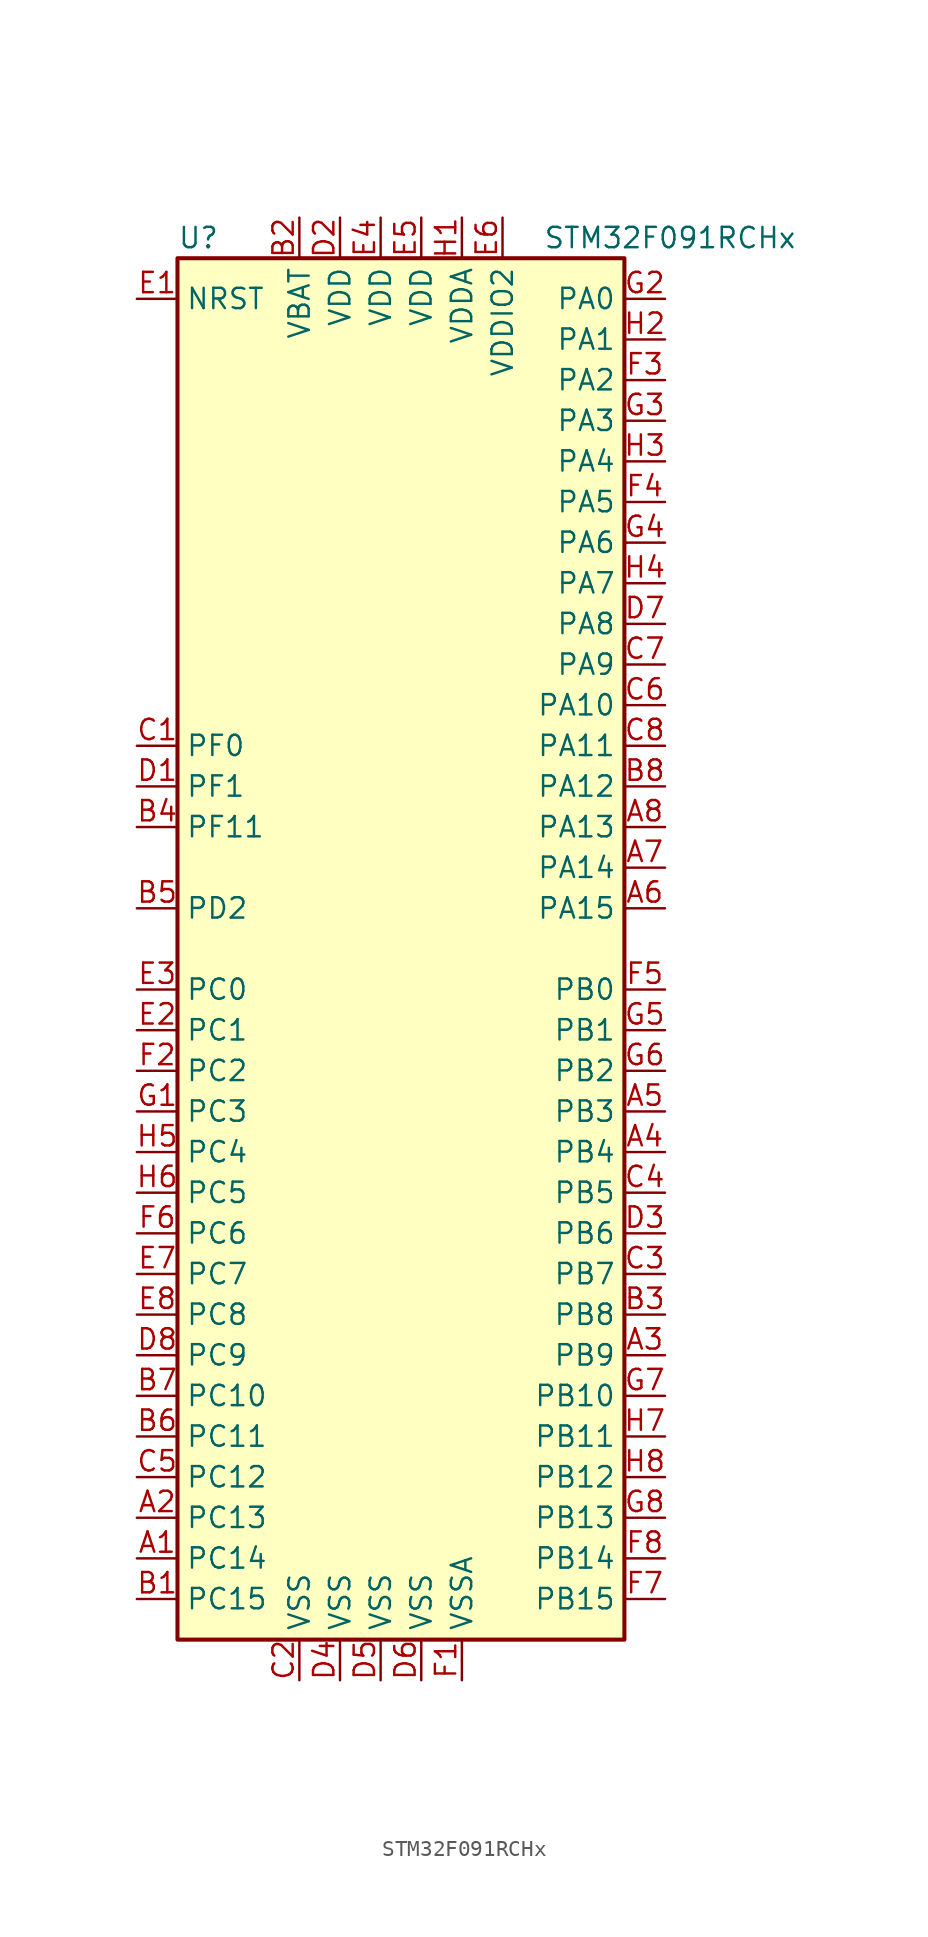
<source format=kicad_sym>
(kicad_symbol_lib
  (version 20201005)
  (generator kicad_symbol_editor)
  (symbol "MCU_ST_STM32F0:STM32F091RCHx"
    (property "Reference" "U"
      (at -15.24 44.45 0)
      (effects (font (size 1.27 1.27)) (justify left)))
    (property "Value" "STM32F091RCHx"
      (at 7.62 44.45 0)
      (effects (font (size 1.27 1.27)) (justify left)))
    (symbol "STM32F091RCHx_0_1"
      (rectangle (start -15.24 -43.18) (end 12.7 43.18) (stroke (width 0.254)) (fill (type background))))
    (symbol "STM32F091RCHx_1_1"
      (pin bidirectional line (at -17.78 -38.1 0) (length 2.54) (name "PC14" (effects (font (size 1.27 1.27)))) (number "A1" (effects (font (size 1.27 1.27)))))
      (pin bidirectional line (at -17.78 -35.56 0) (length 2.54) (name "PC13" (effects (font (size 1.27 1.27)))) (number "A2" (effects (font (size 1.27 1.27)))))
      (pin bidirectional line (at 15.24 -25.4 180) (length 2.54) (name "PB9" (effects (font (size 1.27 1.27)))) (number "A3" (effects (font (size 1.27 1.27)))))
      (pin bidirectional line (at 15.24 -12.7 180) (length 2.54) (name "PB4" (effects (font (size 1.27 1.27)))) (number "A4" (effects (font (size 1.27 1.27)))))
      (pin bidirectional line (at 15.24 -10.16 180) (length 2.54) (name "PB3" (effects (font (size 1.27 1.27)))) (number "A5" (effects (font (size 1.27 1.27)))))
      (pin bidirectional line (at 15.24 2.54 180) (length 2.54) (name "PA15" (effects (font (size 1.27 1.27)))) (number "A6" (effects (font (size 1.27 1.27)))))
      (pin bidirectional line (at 15.24 5.08 180) (length 2.54) (name "PA14" (effects (font (size 1.27 1.27)))) (number "A7" (effects (font (size 1.27 1.27)))))
      (pin bidirectional line (at 15.24 7.62 180) (length 2.54) (name "PA13" (effects (font (size 1.27 1.27)))) (number "A8" (effects (font (size 1.27 1.27)))))
      (pin bidirectional line (at -17.78 -40.64 0) (length 2.54) (name "PC15" (effects (font (size 1.27 1.27)))) (number "B1" (effects (font (size 1.27 1.27)))))
      (pin power_in line (at -7.62 45.72 270) (length 2.54) (name "VBAT" (effects (font (size 1.27 1.27)))) (number "B2" (effects (font (size 1.27 1.27)))))
      (pin bidirectional line (at 15.24 -22.86 180) (length 2.54) (name "PB8" (effects (font (size 1.27 1.27)))) (number "B3" (effects (font (size 1.27 1.27)))))
      (pin bidirectional line (at -17.78 7.62 0) (length 2.54) (name "PF11" (effects (font (size 1.27 1.27)))) (number "B4" (effects (font (size 1.27 1.27)))))
      (pin bidirectional line (at -17.78 2.54 0) (length 2.54) (name "PD2" (effects (font (size 1.27 1.27)))) (number "B5" (effects (font (size 1.27 1.27)))))
      (pin bidirectional line (at -17.78 -30.48 0) (length 2.54) (name "PC11" (effects (font (size 1.27 1.27)))) (number "B6" (effects (font (size 1.27 1.27)))))
      (pin bidirectional line (at -17.78 -27.94 0) (length 2.54) (name "PC10" (effects (font (size 1.27 1.27)))) (number "B7" (effects (font (size 1.27 1.27)))))
      (pin bidirectional line (at 15.24 10.16 180) (length 2.54) (name "PA12" (effects (font (size 1.27 1.27)))) (number "B8" (effects (font (size 1.27 1.27)))))
      (pin input line (at -17.78 12.7 0) (length 2.54) (name "PF0" (effects (font (size 1.27 1.27)))) (number "C1" (effects (font (size 1.27 1.27)))))
      (pin power_in line (at -7.62 -45.72 90) (length 2.54) (name "VSS" (effects (font (size 1.27 1.27)))) (number "C2" (effects (font (size 1.27 1.27)))))
      (pin bidirectional line (at 15.24 -20.32 180) (length 2.54) (name "PB7" (effects (font (size 1.27 1.27)))) (number "C3" (effects (font (size 1.27 1.27)))))
      (pin bidirectional line (at 15.24 -15.24 180) (length 2.54) (name "PB5" (effects (font (size 1.27 1.27)))) (number "C4" (effects (font (size 1.27 1.27)))))
      (pin bidirectional line (at -17.78 -33.02 0) (length 2.54) (name "PC12" (effects (font (size 1.27 1.27)))) (number "C5" (effects (font (size 1.27 1.27)))))
      (pin bidirectional line (at 15.24 15.24 180) (length 2.54) (name "PA10" (effects (font (size 1.27 1.27)))) (number "C6" (effects (font (size 1.27 1.27)))))
      (pin bidirectional line (at 15.24 17.78 180) (length 2.54) (name "PA9" (effects (font (size 1.27 1.27)))) (number "C7" (effects (font (size 1.27 1.27)))))
      (pin bidirectional line (at 15.24 12.7 180) (length 2.54) (name "PA11" (effects (font (size 1.27 1.27)))) (number "C8" (effects (font (size 1.27 1.27)))))
      (pin input line (at -17.78 10.16 0) (length 2.54) (name "PF1" (effects (font (size 1.27 1.27)))) (number "D1" (effects (font (size 1.27 1.27)))))
      (pin power_in line (at -5.08 45.72 270) (length 2.54) (name "VDD" (effects (font (size 1.27 1.27)))) (number "D2" (effects (font (size 1.27 1.27)))))
      (pin bidirectional line (at 15.24 -17.78 180) (length 2.54) (name "PB6" (effects (font (size 1.27 1.27)))) (number "D3" (effects (font (size 1.27 1.27)))))
      (pin power_in line (at -5.08 -45.72 90) (length 2.54) (name "VSS" (effects (font (size 1.27 1.27)))) (number "D4" (effects (font (size 1.27 1.27)))))
      (pin power_in line (at -2.54 -45.72 90) (length 2.54) (name "VSS" (effects (font (size 1.27 1.27)))) (number "D5" (effects (font (size 1.27 1.27)))))
      (pin power_in line (at 0 -45.72 90) (length 2.54) (name "VSS" (effects (font (size 1.27 1.27)))) (number "D6" (effects (font (size 1.27 1.27)))))
      (pin bidirectional line (at 15.24 20.32 180) (length 2.54) (name "PA8" (effects (font (size 1.27 1.27)))) (number "D7" (effects (font (size 1.27 1.27)))))
      (pin bidirectional line (at -17.78 -25.4 0) (length 2.54) (name "PC9" (effects (font (size 1.27 1.27)))) (number "D8" (effects (font (size 1.27 1.27)))))
      (pin input line (at -17.78 40.64 0) (length 2.54) (name "NRST" (effects (font (size 1.27 1.27)))) (number "E1" (effects (font (size 1.27 1.27)))))
      (pin bidirectional line (at -17.78 -5.08 0) (length 2.54) (name "PC1" (effects (font (size 1.27 1.27)))) (number "E2" (effects (font (size 1.27 1.27)))))
      (pin bidirectional line (at -17.78 -2.54 0) (length 2.54) (name "PC0" (effects (font (size 1.27 1.27)))) (number "E3" (effects (font (size 1.27 1.27)))))
      (pin power_in line (at -2.54 45.72 270) (length 2.54) (name "VDD" (effects (font (size 1.27 1.27)))) (number "E4" (effects (font (size 1.27 1.27)))))
      (pin power_in line (at 0 45.72 270) (length 2.54) (name "VDD" (effects (font (size 1.27 1.27)))) (number "E5" (effects (font (size 1.27 1.27)))))
      (pin power_in line (at 5.08 45.72 270) (length 2.54) (name "VDDIO2" (effects (font (size 1.27 1.27)))) (number "E6" (effects (font (size 1.27 1.27)))))
      (pin bidirectional line (at -17.78 -20.32 0) (length 2.54) (name "PC7" (effects (font (size 1.27 1.27)))) (number "E7" (effects (font (size 1.27 1.27)))))
      (pin bidirectional line (at -17.78 -22.86 0) (length 2.54) (name "PC8" (effects (font (size 1.27 1.27)))) (number "E8" (effects (font (size 1.27 1.27)))))
      (pin power_in line (at 2.54 -45.72 90) (length 2.54) (name "VSSA" (effects (font (size 1.27 1.27)))) (number "F1" (effects (font (size 1.27 1.27)))))
      (pin bidirectional line (at -17.78 -7.62 0) (length 2.54) (name "PC2" (effects (font (size 1.27 1.27)))) (number "F2" (effects (font (size 1.27 1.27)))))
      (pin bidirectional line (at 15.24 35.56 180) (length 2.54) (name "PA2" (effects (font (size 1.27 1.27)))) (number "F3" (effects (font (size 1.27 1.27)))))
      (pin bidirectional line (at 15.24 27.94 180) (length 2.54) (name "PA5" (effects (font (size 1.27 1.27)))) (number "F4" (effects (font (size 1.27 1.27)))))
      (pin bidirectional line (at 15.24 -2.54 180) (length 2.54) (name "PB0" (effects (font (size 1.27 1.27)))) (number "F5" (effects (font (size 1.27 1.27)))))
      (pin bidirectional line (at -17.78 -17.78 0) (length 2.54) (name "PC6" (effects (font (size 1.27 1.27)))) (number "F6" (effects (font (size 1.27 1.27)))))
      (pin bidirectional line (at 15.24 -40.64 180) (length 2.54) (name "PB15" (effects (font (size 1.27 1.27)))) (number "F7" (effects (font (size 1.27 1.27)))))
      (pin bidirectional line (at 15.24 -38.1 180) (length 2.54) (name "PB14" (effects (font (size 1.27 1.27)))) (number "F8" (effects (font (size 1.27 1.27)))))
      (pin bidirectional line (at -17.78 -10.16 0) (length 2.54) (name "PC3" (effects (font (size 1.27 1.27)))) (number "G1" (effects (font (size 1.27 1.27)))))
      (pin bidirectional line (at 15.24 40.64 180) (length 2.54) (name "PA0" (effects (font (size 1.27 1.27)))) (number "G2" (effects (font (size 1.27 1.27)))))
      (pin bidirectional line (at 15.24 33.02 180) (length 2.54) (name "PA3" (effects (font (size 1.27 1.27)))) (number "G3" (effects (font (size 1.27 1.27)))))
      (pin bidirectional line (at 15.24 25.4 180) (length 2.54) (name "PA6" (effects (font (size 1.27 1.27)))) (number "G4" (effects (font (size 1.27 1.27)))))
      (pin bidirectional line (at 15.24 -5.08 180) (length 2.54) (name "PB1" (effects (font (size 1.27 1.27)))) (number "G5" (effects (font (size 1.27 1.27)))))
      (pin bidirectional line (at 15.24 -7.62 180) (length 2.54) (name "PB2" (effects (font (size 1.27 1.27)))) (number "G6" (effects (font (size 1.27 1.27)))))
      (pin bidirectional line (at 15.24 -27.94 180) (length 2.54) (name "PB10" (effects (font (size 1.27 1.27)))) (number "G7" (effects (font (size 1.27 1.27)))))
      (pin bidirectional line (at 15.24 -35.56 180) (length 2.54) (name "PB13" (effects (font (size 1.27 1.27)))) (number "G8" (effects (font (size 1.27 1.27)))))
      (pin power_in line (at 2.54 45.72 270) (length 2.54) (name "VDDA" (effects (font (size 1.27 1.27)))) (number "H1" (effects (font (size 1.27 1.27)))))
      (pin bidirectional line (at 15.24 38.1 180) (length 2.54) (name "PA1" (effects (font (size 1.27 1.27)))) (number "H2" (effects (font (size 1.27 1.27)))))
      (pin bidirectional line (at 15.24 30.48 180) (length 2.54) (name "PA4" (effects (font (size 1.27 1.27)))) (number "H3" (effects (font (size 1.27 1.27)))))
      (pin bidirectional line (at 15.24 22.86 180) (length 2.54) (name "PA7" (effects (font (size 1.27 1.27)))) (number "H4" (effects (font (size 1.27 1.27)))))
      (pin bidirectional line (at -17.78 -12.7 0) (length 2.54) (name "PC4" (effects (font (size 1.27 1.27)))) (number "H5" (effects (font (size 1.27 1.27)))))
      (pin bidirectional line (at -17.78 -15.24 0) (length 2.54) (name "PC5" (effects (font (size 1.27 1.27)))) (number "H6" (effects (font (size 1.27 1.27)))))
      (pin bidirectional line (at 15.24 -30.48 180) (length 2.54) (name "PB11" (effects (font (size 1.27 1.27)))) (number "H7" (effects (font (size 1.27 1.27)))))
      (pin bidirectional line (at 15.24 -33.02 180) (length 2.54) (name "PB12" (effects (font (size 1.27 1.27)))) (number "H8" (effects (font (size 1.27 1.27))))))))
</source>
